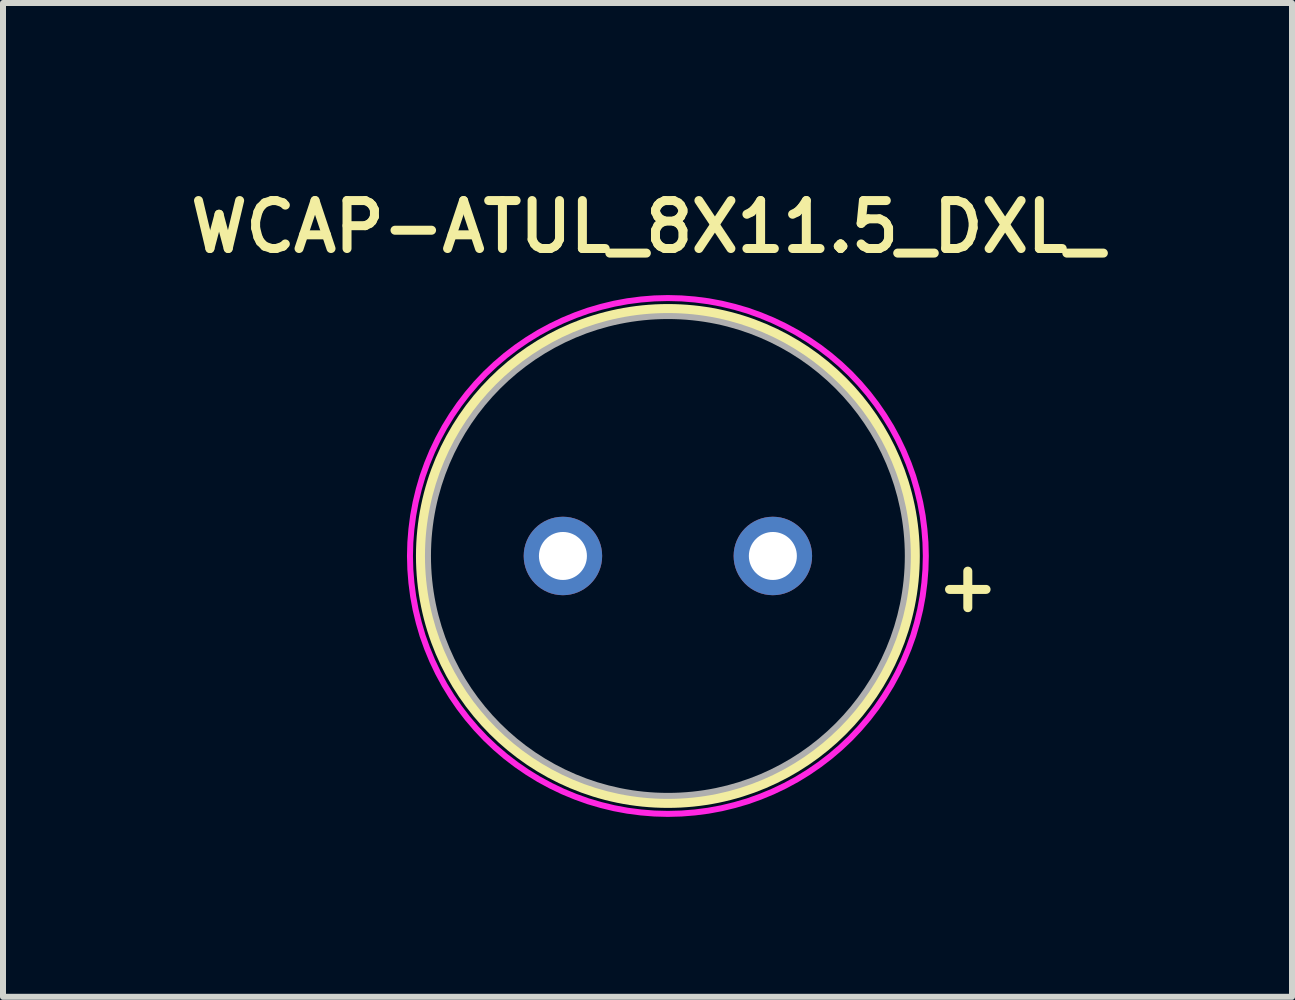
<source format=kicad_pcb>
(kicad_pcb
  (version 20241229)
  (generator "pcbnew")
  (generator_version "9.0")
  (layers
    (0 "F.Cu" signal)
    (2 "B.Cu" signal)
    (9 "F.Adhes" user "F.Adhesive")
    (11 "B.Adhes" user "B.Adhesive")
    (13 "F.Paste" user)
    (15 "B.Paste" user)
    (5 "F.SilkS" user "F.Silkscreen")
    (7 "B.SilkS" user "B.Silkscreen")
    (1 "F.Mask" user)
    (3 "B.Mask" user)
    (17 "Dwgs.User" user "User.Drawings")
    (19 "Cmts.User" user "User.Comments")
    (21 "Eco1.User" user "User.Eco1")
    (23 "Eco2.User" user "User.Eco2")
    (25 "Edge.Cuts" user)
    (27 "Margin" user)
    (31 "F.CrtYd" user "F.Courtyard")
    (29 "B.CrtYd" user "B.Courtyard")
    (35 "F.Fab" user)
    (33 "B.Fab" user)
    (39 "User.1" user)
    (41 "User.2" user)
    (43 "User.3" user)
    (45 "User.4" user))
  (footprint "WCAP-ATUL_8X11.5_DXL_"
    (layer "F.Cu")
    (at 8.085 6.219)
    (property "Reference" "WCAP-ATUL_8X11.5_DXL_" (at -0.34 -5.488 0) (layer "F.SilkS") (effects (font (size 0.8 0.8) (thickness 0.15))))
    (attr through_hole)
    (fp_circle (center 0 0) (end 4.1 0) (stroke (width 0.2) (type solid)) (fill no) (layer "F.SilkS"))
    (fp_poly (pts (xy 0 4.3) (xy -0.225 4.294) (xy -0.449 4.276) (xy -0.673 4.247) (xy -0.894 4.206) (xy -1.113 4.153) (xy -1.329 4.09) (xy -1.541 4.014) (xy -1.749 3.928) (xy -1.952 3.831) (xy -2.15 3.724) (xy -2.342 3.606) (xy -2.527 3.479) (xy -2.706 3.342) (xy -2.877 3.196) (xy -3.041 3.041) (xy -3.196 2.877) (xy -3.342 2.706) (xy -3.479 2.527) (xy -3.606 2.342) (xy -3.724 2.15) (xy -3.831 1.952) (xy -3.928 1.749) (xy -4.014 1.541) (xy -4.09 1.329) (xy -4.153 1.113) (xy -4.206 0.894) (xy -4.247 0.673) (xy -4.276 0.449) (xy -4.294 0.225) (xy -4.3 0) (xy -4.294 -0.225) (xy -4.276 -0.449) (xy -4.247 -0.673) (xy -4.206 -0.894) (xy -4.153 -1.113) (xy -4.09 -1.329) (xy -4.014 -1.541) (xy -3.928 -1.749) (xy -3.831 -1.952) (xy -3.724 -2.15) (xy -3.606 -2.342) (xy -3.479 -2.527) (xy -3.342 -2.706) (xy -3.196 -2.877) (xy -3.041 -3.041) (xy -2.877 -3.196) (xy -2.706 -3.342) (xy -2.527 -3.479) (xy -2.342 -3.606) (xy -2.15 -3.724) (xy -1.952 -3.831) (xy -1.749 -3.928) (xy -1.541 -4.014) (xy -1.329 -4.09) (xy -1.113 -4.153) (xy -0.894 -4.206) (xy -0.673 -4.247) (xy -0.449 -4.276) (xy -0.225 -4.294) (xy 0 -4.3) (xy 0.225 -4.294) (xy 0.449 -4.276) (xy 0.673 -4.247) (xy 0.894 -4.206) (xy 1.113 -4.153) (xy 1.329 -4.09) (xy 1.541 -4.014) (xy 1.749 -3.928) (xy 1.952 -3.831) (xy 2.15 -3.724) (xy 2.342 -3.606) (xy 2.527 -3.479) (xy 2.706 -3.342) (xy 2.877 -3.196) (xy 3.041 -3.041) (xy 3.196 -2.877) (xy 3.342 -2.706) (xy 3.479 -2.527) (xy 3.606 -2.342) (xy 3.724 -2.15) (xy 3.831 -1.952) (xy 3.928 -1.749) (xy 4.014 -1.541) (xy 4.09 -1.329) (xy 4.153 -1.113) (xy 4.206 -0.894) (xy 4.247 -0.673) (xy 4.276 -0.449) (xy 4.294 -0.225) (xy 4.3 0) (xy 4.294 0.225) (xy 4.276 0.449) (xy 4.247 0.673) (xy 4.206 0.894) (xy 4.153 1.113) (xy 4.09 1.329) (xy 4.014 1.541) (xy 3.928 1.749) (xy 3.831 1.952) (xy 3.724 2.15) (xy 3.606 2.342) (xy 3.479 2.527) (xy 3.342 2.706) (xy 3.196 2.877) (xy 3.041 3.041) (xy 2.877 3.196) (xy 2.706 3.342) (xy 2.527 3.479) (xy 2.342 3.606) (xy 2.15 3.724) (xy 1.952 3.831) (xy 1.749 3.928) (xy 1.541 4.014) (xy 1.329 4.09) (xy 1.113 4.153) (xy 0.894 4.206) (xy 0.673 4.247) (xy 0.449 4.276) (xy 0.225 4.294) (xy 0 4.3)) (stroke (width 0.1) (type solid)) (fill no) (layer "F.CrtYd"))
    (fp_circle (center 0 0) (end 4 0) (stroke (width 0.1) (type solid)) (fill no) (layer "F.Fab"))
    (fp_text user "+" (at 5 0.5 0) (layer "F.SilkS") (effects (font (size 0.8 0.8) (thickness 0.15))))
    (pad "1" thru_hole circle (at 1.75 0) (size 1.308 1.308) (drill 0.8) (layers "*.Cu" "*.Mask"))
    (pad "2" thru_hole circle (at -1.75 0) (size 1.308 1.308) (drill 0.8) (layers "*.Cu" "*.Mask")))
  (gr_rect
    (start -3 -3)
    (end 18.49 13.569)
    (stroke (width 0.1) (type default))
    (fill no)
    (layer "Edge.Cuts")))
</source>
